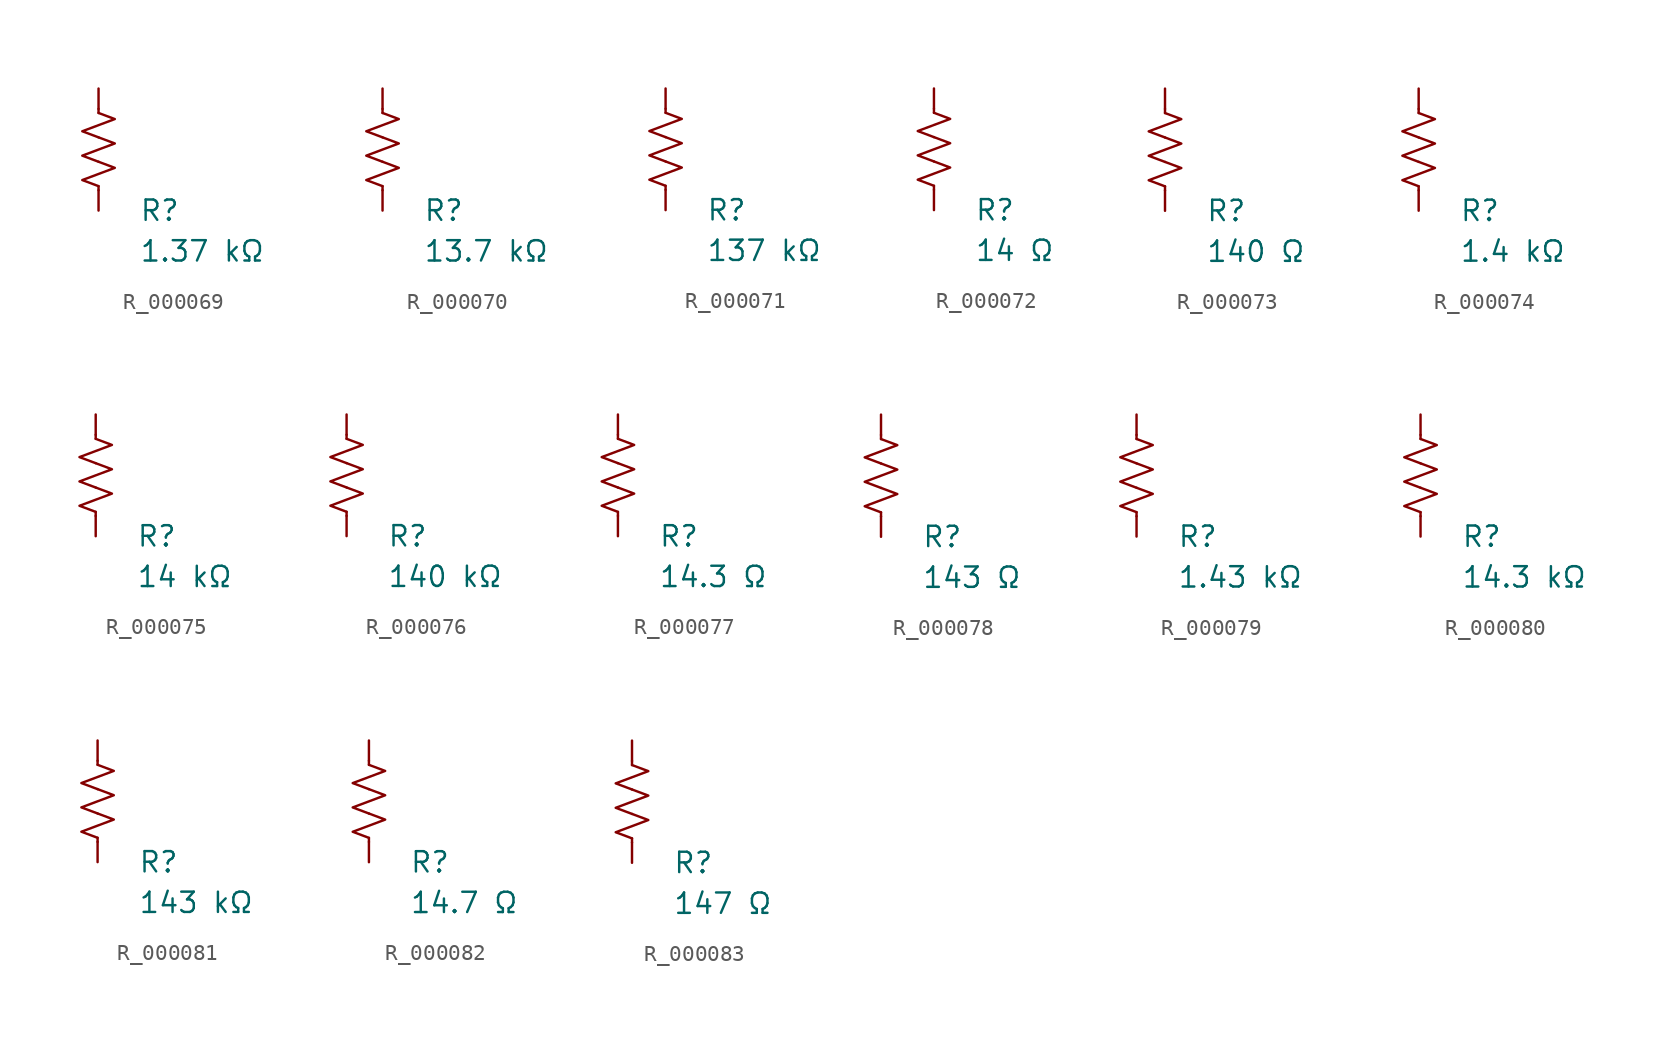
<source format=kicad_sym>
(kicad_symbol_lib
  (version 20231120)
  (generator "kicad_symbol_editor")
  (generator_version "8.0")
  (symbol "R_000069"
    (pin_numbers hide)
    (pin_names
      (offset 0))
    (property "Reference" "R"
      (at 2.54 -3.81 0)
      (effects (font (size 1.27 1.27)) (justify left))
      (show_name no))
    (property "Value" "1.37 kΩ"
      (at 2.54 -6.35 0)
      (effects (font (size 1.27 1.27)) (justify left))
      (show_name no))
    (symbol "R_000069_0_1"
      (polyline (pts (xy 0 -2.286) (xy 0 -2.54)) (stroke (width 0) (type default)) (fill (type none)))
      (polyline (pts (xy 0 2.286) (xy 0 2.54)) (stroke (width 0) (type default)) (fill (type none)))
      (polyline (pts (xy 0 -0.762) (xy 1.016 -1.143) (xy 0 -1.524) (xy -1.016 -1.905) (xy 0 -2.286)) (stroke (width 0) (type default)) (fill (type none)))
      (polyline (pts (xy 0 0.762) (xy 1.016 0.381) (xy 0 0) (xy -1.016 -0.381) (xy 0 -0.762)) (stroke (width 0) (type default)) (fill (type none)))
      (polyline (pts (xy 0 2.286) (xy 1.016 1.905) (xy 0 1.524) (xy -1.016 1.143) (xy 0 0.762)) (stroke (width 0) (type default)) (fill (type none))))
    (symbol "R_000069_1_1"
      (pin passive line (at 0 3.81 270) (length 1.27) (name "~" (effects (font (size 1.27 1.27)))) (number "1" (effects (font (size 1.27 1.27)))))
      (pin passive line (at 0 -3.81 90) (length 1.27) (name "~" (effects (font (size 1.27 1.27)))) (number "2" (effects (font (size 1.27 1.27)))))))
  (symbol "R_000070"
    (pin_numbers hide)
    (pin_names
      (offset 0))
    (property "Reference" "R"
      (at 2.54 -3.81 0)
      (effects (font (size 1.27 1.27)) (justify left))
      (show_name no))
    (property "Value" "13.7 kΩ"
      (at 2.54 -6.35 0)
      (effects (font (size 1.27 1.27)) (justify left))
      (show_name no))
    (symbol "R_000070_0_1"
      (polyline (pts (xy 0 -2.286) (xy 0 -2.54)) (stroke (width 0) (type default)) (fill (type none)))
      (polyline (pts (xy 0 2.286) (xy 0 2.54)) (stroke (width 0) (type default)) (fill (type none)))
      (polyline (pts (xy 0 -0.762) (xy 1.016 -1.143) (xy 0 -1.524) (xy -1.016 -1.905) (xy 0 -2.286)) (stroke (width 0) (type default)) (fill (type none)))
      (polyline (pts (xy 0 0.762) (xy 1.016 0.381) (xy 0 0) (xy -1.016 -0.381) (xy 0 -0.762)) (stroke (width 0) (type default)) (fill (type none)))
      (polyline (pts (xy 0 2.286) (xy 1.016 1.905) (xy 0 1.524) (xy -1.016 1.143) (xy 0 0.762)) (stroke (width 0) (type default)) (fill (type none))))
    (symbol "R_000070_1_1"
      (pin passive line (at 0 3.81 270) (length 1.27) (name "~" (effects (font (size 1.27 1.27)))) (number "1" (effects (font (size 1.27 1.27)))))
      (pin passive line (at 0 -3.81 90) (length 1.27) (name "~" (effects (font (size 1.27 1.27)))) (number "2" (effects (font (size 1.27 1.27)))))))
  (symbol "R_000071"
    (pin_numbers hide)
    (pin_names
      (offset 0))
    (property "Reference" "R"
      (at 2.54 -3.81 0)
      (effects (font (size 1.27 1.27)) (justify left))
      (show_name no))
    (property "Value" "137 kΩ"
      (at 2.54 -6.35 0)
      (effects (font (size 1.27 1.27)) (justify left))
      (show_name no))
    (symbol "R_000071_0_1"
      (polyline (pts (xy 0 -2.286) (xy 0 -2.54)) (stroke (width 0) (type default)) (fill (type none)))
      (polyline (pts (xy 0 2.286) (xy 0 2.54)) (stroke (width 0) (type default)) (fill (type none)))
      (polyline (pts (xy 0 -0.762) (xy 1.016 -1.143) (xy 0 -1.524) (xy -1.016 -1.905) (xy 0 -2.286)) (stroke (width 0) (type default)) (fill (type none)))
      (polyline (pts (xy 0 0.762) (xy 1.016 0.381) (xy 0 0) (xy -1.016 -0.381) (xy 0 -0.762)) (stroke (width 0) (type default)) (fill (type none)))
      (polyline (pts (xy 0 2.286) (xy 1.016 1.905) (xy 0 1.524) (xy -1.016 1.143) (xy 0 0.762)) (stroke (width 0) (type default)) (fill (type none))))
    (symbol "R_000071_1_1"
      (pin passive line (at 0 3.81 270) (length 1.27) (name "~" (effects (font (size 1.27 1.27)))) (number "1" (effects (font (size 1.27 1.27)))))
      (pin passive line (at 0 -3.81 90) (length 1.27) (name "~" (effects (font (size 1.27 1.27)))) (number "2" (effects (font (size 1.27 1.27)))))))
  (symbol "R_000072"
    (pin_numbers hide)
    (pin_names
      (offset 0))
    (property "Reference" "R"
      (at 2.54 -3.81 0)
      (effects (font (size 1.27 1.27)) (justify left))
      (show_name no))
    (property "Value" "14 Ω"
      (at 2.54 -6.35 0)
      (effects (font (size 1.27 1.27)) (justify left))
      (show_name no))
    (symbol "R_000072_0_1"
      (polyline (pts (xy 0 -2.286) (xy 0 -2.54)) (stroke (width 0) (type default)) (fill (type none)))
      (polyline (pts (xy 0 2.286) (xy 0 2.54)) (stroke (width 0) (type default)) (fill (type none)))
      (polyline (pts (xy 0 -0.762) (xy 1.016 -1.143) (xy 0 -1.524) (xy -1.016 -1.905) (xy 0 -2.286)) (stroke (width 0) (type default)) (fill (type none)))
      (polyline (pts (xy 0 0.762) (xy 1.016 0.381) (xy 0 0) (xy -1.016 -0.381) (xy 0 -0.762)) (stroke (width 0) (type default)) (fill (type none)))
      (polyline (pts (xy 0 2.286) (xy 1.016 1.905) (xy 0 1.524) (xy -1.016 1.143) (xy 0 0.762)) (stroke (width 0) (type default)) (fill (type none))))
    (symbol "R_000072_1_1"
      (pin passive line (at 0 3.81 270) (length 1.27) (name "~" (effects (font (size 1.27 1.27)))) (number "1" (effects (font (size 1.27 1.27)))))
      (pin passive line (at 0 -3.81 90) (length 1.27) (name "~" (effects (font (size 1.27 1.27)))) (number "2" (effects (font (size 1.27 1.27)))))))
  (symbol "R_000073"
    (pin_numbers hide)
    (pin_names
      (offset 0))
    (property "Reference" "R"
      (at 2.54 -3.81 0)
      (effects (font (size 1.27 1.27)) (justify left))
      (show_name no))
    (property "Value" "140 Ω"
      (at 2.54 -6.35 0)
      (effects (font (size 1.27 1.27)) (justify left))
      (show_name no))
    (symbol "R_000073_0_1"
      (polyline (pts (xy 0 -2.286) (xy 0 -2.54)) (stroke (width 0) (type default)) (fill (type none)))
      (polyline (pts (xy 0 2.286) (xy 0 2.54)) (stroke (width 0) (type default)) (fill (type none)))
      (polyline (pts (xy 0 -0.762) (xy 1.016 -1.143) (xy 0 -1.524) (xy -1.016 -1.905) (xy 0 -2.286)) (stroke (width 0) (type default)) (fill (type none)))
      (polyline (pts (xy 0 0.762) (xy 1.016 0.381) (xy 0 0) (xy -1.016 -0.381) (xy 0 -0.762)) (stroke (width 0) (type default)) (fill (type none)))
      (polyline (pts (xy 0 2.286) (xy 1.016 1.905) (xy 0 1.524) (xy -1.016 1.143) (xy 0 0.762)) (stroke (width 0) (type default)) (fill (type none))))
    (symbol "R_000073_1_1"
      (pin passive line (at 0 3.81 270) (length 1.27) (name "~" (effects (font (size 1.27 1.27)))) (number "1" (effects (font (size 1.27 1.27)))))
      (pin passive line (at 0 -3.81 90) (length 1.27) (name "~" (effects (font (size 1.27 1.27)))) (number "2" (effects (font (size 1.27 1.27)))))))
  (symbol "R_000074"
    (pin_numbers hide)
    (pin_names
      (offset 0))
    (property "Reference" "R"
      (at 2.54 -3.81 0)
      (effects (font (size 1.27 1.27)) (justify left))
      (show_name no))
    (property "Value" "1.4 kΩ"
      (at 2.54 -6.35 0)
      (effects (font (size 1.27 1.27)) (justify left))
      (show_name no))
    (symbol "R_000074_0_1"
      (polyline (pts (xy 0 -2.286) (xy 0 -2.54)) (stroke (width 0) (type default)) (fill (type none)))
      (polyline (pts (xy 0 2.286) (xy 0 2.54)) (stroke (width 0) (type default)) (fill (type none)))
      (polyline (pts (xy 0 -0.762) (xy 1.016 -1.143) (xy 0 -1.524) (xy -1.016 -1.905) (xy 0 -2.286)) (stroke (width 0) (type default)) (fill (type none)))
      (polyline (pts (xy 0 0.762) (xy 1.016 0.381) (xy 0 0) (xy -1.016 -0.381) (xy 0 -0.762)) (stroke (width 0) (type default)) (fill (type none)))
      (polyline (pts (xy 0 2.286) (xy 1.016 1.905) (xy 0 1.524) (xy -1.016 1.143) (xy 0 0.762)) (stroke (width 0) (type default)) (fill (type none))))
    (symbol "R_000074_1_1"
      (pin passive line (at 0 3.81 270) (length 1.27) (name "~" (effects (font (size 1.27 1.27)))) (number "1" (effects (font (size 1.27 1.27)))))
      (pin passive line (at 0 -3.81 90) (length 1.27) (name "~" (effects (font (size 1.27 1.27)))) (number "2" (effects (font (size 1.27 1.27)))))))
  (symbol "R_000075"
    (pin_numbers hide)
    (pin_names
      (offset 0))
    (property "Reference" "R"
      (at 2.54 -3.81 0)
      (effects (font (size 1.27 1.27)) (justify left))
      (show_name no))
    (property "Value" "14 kΩ"
      (at 2.54 -6.35 0)
      (effects (font (size 1.27 1.27)) (justify left))
      (show_name no))
    (symbol "R_000075_0_1"
      (polyline (pts (xy 0 -2.286) (xy 0 -2.54)) (stroke (width 0) (type default)) (fill (type none)))
      (polyline (pts (xy 0 2.286) (xy 0 2.54)) (stroke (width 0) (type default)) (fill (type none)))
      (polyline (pts (xy 0 -0.762) (xy 1.016 -1.143) (xy 0 -1.524) (xy -1.016 -1.905) (xy 0 -2.286)) (stroke (width 0) (type default)) (fill (type none)))
      (polyline (pts (xy 0 0.762) (xy 1.016 0.381) (xy 0 0) (xy -1.016 -0.381) (xy 0 -0.762)) (stroke (width 0) (type default)) (fill (type none)))
      (polyline (pts (xy 0 2.286) (xy 1.016 1.905) (xy 0 1.524) (xy -1.016 1.143) (xy 0 0.762)) (stroke (width 0) (type default)) (fill (type none))))
    (symbol "R_000075_1_1"
      (pin passive line (at 0 3.81 270) (length 1.27) (name "~" (effects (font (size 1.27 1.27)))) (number "1" (effects (font (size 1.27 1.27)))))
      (pin passive line (at 0 -3.81 90) (length 1.27) (name "~" (effects (font (size 1.27 1.27)))) (number "2" (effects (font (size 1.27 1.27)))))))
  (symbol "R_000076"
    (pin_numbers hide)
    (pin_names
      (offset 0))
    (property "Reference" "R"
      (at 2.54 -3.81 0)
      (effects (font (size 1.27 1.27)) (justify left))
      (show_name no))
    (property "Value" "140 kΩ"
      (at 2.54 -6.35 0)
      (effects (font (size 1.27 1.27)) (justify left))
      (show_name no))
    (symbol "R_000076_0_1"
      (polyline (pts (xy 0 -2.286) (xy 0 -2.54)) (stroke (width 0) (type default)) (fill (type none)))
      (polyline (pts (xy 0 2.286) (xy 0 2.54)) (stroke (width 0) (type default)) (fill (type none)))
      (polyline (pts (xy 0 -0.762) (xy 1.016 -1.143) (xy 0 -1.524) (xy -1.016 -1.905) (xy 0 -2.286)) (stroke (width 0) (type default)) (fill (type none)))
      (polyline (pts (xy 0 0.762) (xy 1.016 0.381) (xy 0 0) (xy -1.016 -0.381) (xy 0 -0.762)) (stroke (width 0) (type default)) (fill (type none)))
      (polyline (pts (xy 0 2.286) (xy 1.016 1.905) (xy 0 1.524) (xy -1.016 1.143) (xy 0 0.762)) (stroke (width 0) (type default)) (fill (type none))))
    (symbol "R_000076_1_1"
      (pin passive line (at 0 3.81 270) (length 1.27) (name "~" (effects (font (size 1.27 1.27)))) (number "1" (effects (font (size 1.27 1.27)))))
      (pin passive line (at 0 -3.81 90) (length 1.27) (name "~" (effects (font (size 1.27 1.27)))) (number "2" (effects (font (size 1.27 1.27)))))))
  (symbol "R_000077"
    (pin_numbers hide)
    (pin_names
      (offset 0))
    (property "Reference" "R"
      (at 2.54 -3.81 0)
      (effects (font (size 1.27 1.27)) (justify left))
      (show_name no))
    (property "Value" "14.3 Ω"
      (at 2.54 -6.35 0)
      (effects (font (size 1.27 1.27)) (justify left))
      (show_name no))
    (symbol "R_000077_0_1"
      (polyline (pts (xy 0 -2.286) (xy 0 -2.54)) (stroke (width 0) (type default)) (fill (type none)))
      (polyline (pts (xy 0 2.286) (xy 0 2.54)) (stroke (width 0) (type default)) (fill (type none)))
      (polyline (pts (xy 0 -0.762) (xy 1.016 -1.143) (xy 0 -1.524) (xy -1.016 -1.905) (xy 0 -2.286)) (stroke (width 0) (type default)) (fill (type none)))
      (polyline (pts (xy 0 0.762) (xy 1.016 0.381) (xy 0 0) (xy -1.016 -0.381) (xy 0 -0.762)) (stroke (width 0) (type default)) (fill (type none)))
      (polyline (pts (xy 0 2.286) (xy 1.016 1.905) (xy 0 1.524) (xy -1.016 1.143) (xy 0 0.762)) (stroke (width 0) (type default)) (fill (type none))))
    (symbol "R_000077_1_1"
      (pin passive line (at 0 3.81 270) (length 1.27) (name "~" (effects (font (size 1.27 1.27)))) (number "1" (effects (font (size 1.27 1.27)))))
      (pin passive line (at 0 -3.81 90) (length 1.27) (name "~" (effects (font (size 1.27 1.27)))) (number "2" (effects (font (size 1.27 1.27)))))))
  (symbol "R_000078"
    (pin_numbers hide)
    (pin_names
      (offset 0))
    (property "Reference" "R"
      (at 2.54 -3.81 0)
      (effects (font (size 1.27 1.27)) (justify left))
      (show_name no))
    (property "Value" "143 Ω"
      (at 2.54 -6.35 0)
      (effects (font (size 1.27 1.27)) (justify left))
      (show_name no))
    (symbol "R_000078_0_1"
      (polyline (pts (xy 0 -2.286) (xy 0 -2.54)) (stroke (width 0) (type default)) (fill (type none)))
      (polyline (pts (xy 0 2.286) (xy 0 2.54)) (stroke (width 0) (type default)) (fill (type none)))
      (polyline (pts (xy 0 -0.762) (xy 1.016 -1.143) (xy 0 -1.524) (xy -1.016 -1.905) (xy 0 -2.286)) (stroke (width 0) (type default)) (fill (type none)))
      (polyline (pts (xy 0 0.762) (xy 1.016 0.381) (xy 0 0) (xy -1.016 -0.381) (xy 0 -0.762)) (stroke (width 0) (type default)) (fill (type none)))
      (polyline (pts (xy 0 2.286) (xy 1.016 1.905) (xy 0 1.524) (xy -1.016 1.143) (xy 0 0.762)) (stroke (width 0) (type default)) (fill (type none))))
    (symbol "R_000078_1_1"
      (pin passive line (at 0 3.81 270) (length 1.27) (name "~" (effects (font (size 1.27 1.27)))) (number "1" (effects (font (size 1.27 1.27)))))
      (pin passive line (at 0 -3.81 90) (length 1.27) (name "~" (effects (font (size 1.27 1.27)))) (number "2" (effects (font (size 1.27 1.27)))))))
  (symbol "R_000079"
    (pin_numbers hide)
    (pin_names
      (offset 0))
    (property "Reference" "R"
      (at 2.54 -3.81 0)
      (effects (font (size 1.27 1.27)) (justify left))
      (show_name no))
    (property "Value" "1.43 kΩ"
      (at 2.54 -6.35 0)
      (effects (font (size 1.27 1.27)) (justify left))
      (show_name no))
    (symbol "R_000079_0_1"
      (polyline (pts (xy 0 -2.286) (xy 0 -2.54)) (stroke (width 0) (type default)) (fill (type none)))
      (polyline (pts (xy 0 2.286) (xy 0 2.54)) (stroke (width 0) (type default)) (fill (type none)))
      (polyline (pts (xy 0 -0.762) (xy 1.016 -1.143) (xy 0 -1.524) (xy -1.016 -1.905) (xy 0 -2.286)) (stroke (width 0) (type default)) (fill (type none)))
      (polyline (pts (xy 0 0.762) (xy 1.016 0.381) (xy 0 0) (xy -1.016 -0.381) (xy 0 -0.762)) (stroke (width 0) (type default)) (fill (type none)))
      (polyline (pts (xy 0 2.286) (xy 1.016 1.905) (xy 0 1.524) (xy -1.016 1.143) (xy 0 0.762)) (stroke (width 0) (type default)) (fill (type none))))
    (symbol "R_000079_1_1"
      (pin passive line (at 0 3.81 270) (length 1.27) (name "~" (effects (font (size 1.27 1.27)))) (number "1" (effects (font (size 1.27 1.27)))))
      (pin passive line (at 0 -3.81 90) (length 1.27) (name "~" (effects (font (size 1.27 1.27)))) (number "2" (effects (font (size 1.27 1.27)))))))
  (symbol "R_000080"
    (pin_numbers hide)
    (pin_names
      (offset 0))
    (property "Reference" "R"
      (at 2.54 -3.81 0)
      (effects (font (size 1.27 1.27)) (justify left))
      (show_name no))
    (property "Value" "14.3 kΩ"
      (at 2.54 -6.35 0)
      (effects (font (size 1.27 1.27)) (justify left))
      (show_name no))
    (symbol "R_000080_0_1"
      (polyline (pts (xy 0 -2.286) (xy 0 -2.54)) (stroke (width 0) (type default)) (fill (type none)))
      (polyline (pts (xy 0 2.286) (xy 0 2.54)) (stroke (width 0) (type default)) (fill (type none)))
      (polyline (pts (xy 0 -0.762) (xy 1.016 -1.143) (xy 0 -1.524) (xy -1.016 -1.905) (xy 0 -2.286)) (stroke (width 0) (type default)) (fill (type none)))
      (polyline (pts (xy 0 0.762) (xy 1.016 0.381) (xy 0 0) (xy -1.016 -0.381) (xy 0 -0.762)) (stroke (width 0) (type default)) (fill (type none)))
      (polyline (pts (xy 0 2.286) (xy 1.016 1.905) (xy 0 1.524) (xy -1.016 1.143) (xy 0 0.762)) (stroke (width 0) (type default)) (fill (type none))))
    (symbol "R_000080_1_1"
      (pin passive line (at 0 3.81 270) (length 1.27) (name "~" (effects (font (size 1.27 1.27)))) (number "1" (effects (font (size 1.27 1.27)))))
      (pin passive line (at 0 -3.81 90) (length 1.27) (name "~" (effects (font (size 1.27 1.27)))) (number "2" (effects (font (size 1.27 1.27)))))))
  (symbol "R_000081"
    (pin_numbers hide)
    (pin_names
      (offset 0))
    (property "Reference" "R"
      (at 2.54 -3.81 0)
      (effects (font (size 1.27 1.27)) (justify left))
      (show_name no))
    (property "Value" "143 kΩ"
      (at 2.54 -6.35 0)
      (effects (font (size 1.27 1.27)) (justify left))
      (show_name no))
    (symbol "R_000081_0_1"
      (polyline (pts (xy 0 -2.286) (xy 0 -2.54)) (stroke (width 0) (type default)) (fill (type none)))
      (polyline (pts (xy 0 2.286) (xy 0 2.54)) (stroke (width 0) (type default)) (fill (type none)))
      (polyline (pts (xy 0 -0.762) (xy 1.016 -1.143) (xy 0 -1.524) (xy -1.016 -1.905) (xy 0 -2.286)) (stroke (width 0) (type default)) (fill (type none)))
      (polyline (pts (xy 0 0.762) (xy 1.016 0.381) (xy 0 0) (xy -1.016 -0.381) (xy 0 -0.762)) (stroke (width 0) (type default)) (fill (type none)))
      (polyline (pts (xy 0 2.286) (xy 1.016 1.905) (xy 0 1.524) (xy -1.016 1.143) (xy 0 0.762)) (stroke (width 0) (type default)) (fill (type none))))
    (symbol "R_000081_1_1"
      (pin passive line (at 0 3.81 270) (length 1.27) (name "~" (effects (font (size 1.27 1.27)))) (number "1" (effects (font (size 1.27 1.27)))))
      (pin passive line (at 0 -3.81 90) (length 1.27) (name "~" (effects (font (size 1.27 1.27)))) (number "2" (effects (font (size 1.27 1.27)))))))
  (symbol "R_000082"
    (pin_numbers hide)
    (pin_names
      (offset 0))
    (property "Reference" "R"
      (at 2.54 -3.81 0)
      (effects (font (size 1.27 1.27)) (justify left))
      (show_name no))
    (property "Value" "14.7 Ω"
      (at 2.54 -6.35 0)
      (effects (font (size 1.27 1.27)) (justify left))
      (show_name no))
    (symbol "R_000082_0_1"
      (polyline (pts (xy 0 -2.286) (xy 0 -2.54)) (stroke (width 0) (type default)) (fill (type none)))
      (polyline (pts (xy 0 2.286) (xy 0 2.54)) (stroke (width 0) (type default)) (fill (type none)))
      (polyline (pts (xy 0 -0.762) (xy 1.016 -1.143) (xy 0 -1.524) (xy -1.016 -1.905) (xy 0 -2.286)) (stroke (width 0) (type default)) (fill (type none)))
      (polyline (pts (xy 0 0.762) (xy 1.016 0.381) (xy 0 0) (xy -1.016 -0.381) (xy 0 -0.762)) (stroke (width 0) (type default)) (fill (type none)))
      (polyline (pts (xy 0 2.286) (xy 1.016 1.905) (xy 0 1.524) (xy -1.016 1.143) (xy 0 0.762)) (stroke (width 0) (type default)) (fill (type none))))
    (symbol "R_000082_1_1"
      (pin passive line (at 0 3.81 270) (length 1.27) (name "~" (effects (font (size 1.27 1.27)))) (number "1" (effects (font (size 1.27 1.27)))))
      (pin passive line (at 0 -3.81 90) (length 1.27) (name "~" (effects (font (size 1.27 1.27)))) (number "2" (effects (font (size 1.27 1.27)))))))
  (symbol "R_000083"
    (pin_numbers hide)
    (pin_names
      (offset 0))
    (property "Reference" "R"
      (at 2.54 -3.81 0)
      (effects (font (size 1.27 1.27)) (justify left))
      (show_name no))
    (property "Value" "147 Ω"
      (at 2.54 -6.35 0)
      (effects (font (size 1.27 1.27)) (justify left))
      (show_name no))
    (symbol "R_000083_0_1"
      (polyline (pts (xy 0 -2.286) (xy 0 -2.54)) (stroke (width 0) (type default)) (fill (type none)))
      (polyline (pts (xy 0 2.286) (xy 0 2.54)) (stroke (width 0) (type default)) (fill (type none)))
      (polyline (pts (xy 0 -0.762) (xy 1.016 -1.143) (xy 0 -1.524) (xy -1.016 -1.905) (xy 0 -2.286)) (stroke (width 0) (type default)) (fill (type none)))
      (polyline (pts (xy 0 0.762) (xy 1.016 0.381) (xy 0 0) (xy -1.016 -0.381) (xy 0 -0.762)) (stroke (width 0) (type default)) (fill (type none)))
      (polyline (pts (xy 0 2.286) (xy 1.016 1.905) (xy 0 1.524) (xy -1.016 1.143) (xy 0 0.762)) (stroke (width 0) (type default)) (fill (type none))))
    (symbol "R_000083_1_1"
      (pin passive line (at 0 3.81 270) (length 1.27) (name "~" (effects (font (size 1.27 1.27)))) (number "1" (effects (font (size 1.27 1.27)))))
      (pin passive line (at 0 -3.81 90) (length 1.27) (name "~" (effects (font (size 1.27 1.27)))) (number "2" (effects (font (size 1.27 1.27))))))))
</source>
